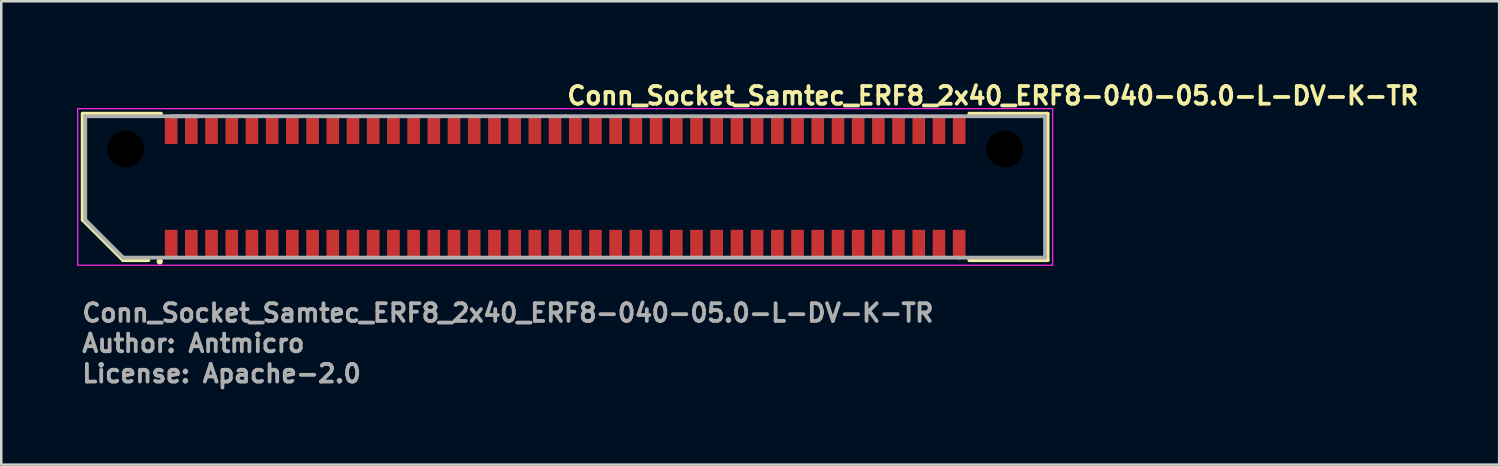
<source format=kicad_pcb>
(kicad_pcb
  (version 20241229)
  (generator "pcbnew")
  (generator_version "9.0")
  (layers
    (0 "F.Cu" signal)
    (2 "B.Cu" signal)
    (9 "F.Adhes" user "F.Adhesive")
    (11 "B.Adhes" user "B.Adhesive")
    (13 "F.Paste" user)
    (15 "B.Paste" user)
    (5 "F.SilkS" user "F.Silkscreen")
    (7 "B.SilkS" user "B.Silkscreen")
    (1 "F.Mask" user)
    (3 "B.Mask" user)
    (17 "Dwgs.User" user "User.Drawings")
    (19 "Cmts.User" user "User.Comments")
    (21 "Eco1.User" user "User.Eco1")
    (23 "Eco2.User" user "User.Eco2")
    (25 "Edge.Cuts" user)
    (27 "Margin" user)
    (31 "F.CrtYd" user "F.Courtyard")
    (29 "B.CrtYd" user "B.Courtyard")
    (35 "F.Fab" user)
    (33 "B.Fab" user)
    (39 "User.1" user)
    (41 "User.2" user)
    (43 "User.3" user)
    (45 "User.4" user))
  (footprint "Conn_Socket_Samtec_ERF8_2x40_ERF8-040-05.0-L-DV-K-TR"
    (layer "F.Cu")
    (at 19.325 4.35)
    (property "Reference" "Conn_Socket_Samtec_ERF8_2x40_ERF8-040-05.0-L-DV-K-TR" (at 0 -3.2 180) (layer "F.SilkS") (effects (font (size 0.7 0.7) (thickness 0.15)) (justify left bottom)))
    (attr smd)
    (fp_line (start -19.101 -2.899) (end -19.101 1.301) (stroke (width 0.15) (type solid)) (layer "F.SilkS"))
    (fp_line (start -19.101 1.301) (end -17.499 2.9) (stroke (width 0.15) (type solid)) (layer "F.SilkS"))
    (fp_line (start -17.499 2.9) (end -16.5 2.9) (stroke (width 0.15) (type solid)) (layer "F.SilkS"))
    (fp_line (start -16 -2.9) (end -19.101 -2.899) (stroke (width 0.15) (type solid)) (layer "F.SilkS"))
    (fp_line (start 16 -2.9) (end 19.1 -2.899) (stroke (width 0.15) (type solid)) (layer "F.SilkS"))
    (fp_line (start 19.1 -2.899) (end 19.1 2.9) (stroke (width 0.15) (type solid)) (layer "F.SilkS"))
    (fp_line (start 19.1 2.9) (end 16 2.9) (stroke (width 0.15) (type solid)) (layer "F.SilkS"))
    (fp_circle (center -16.05 2.95) (end -16.1 2.95) (stroke (width 0.15) (type solid)) (fill yes) (layer "F.SilkS"))
    (fp_rect (start 19.3 3.1) (end -19.3 -3.1) (stroke (width 0.05) (type solid)) (fill no) (layer "F.CrtYd"))
    (fp_line (start -18.999 -2.799) (end -18.999 1.301) (stroke (width 0.15) (type solid)) (layer "F.Fab"))
    (fp_line (start -18.999 1.301) (end -17.499 2.799) (stroke (width 0.15) (type solid)) (layer "F.Fab"))
    (fp_line (start -17.499 2.799) (end 0 2.799) (stroke (width 0.15) (type solid)) (layer "F.Fab"))
    (fp_line (start -14.599 -2.799) (end -18.999 -2.799) (stroke (width 0.15) (type solid)) (layer "F.Fab"))
    (fp_line (start 0 -2.799) (end -15.599 -2.799) (stroke (width 0.15) (type solid)) (layer "F.Fab"))
    (fp_line (start 0 2.799) (end 15.599 2.799) (stroke (width 0.15) (type solid)) (layer "F.Fab"))
    (fp_line (start 15.599 2.799) (end 18.999 2.799) (stroke (width 0.15) (type solid)) (layer "F.Fab"))
    (fp_line (start 18.999 -2.799) (end 0 -2.799) (stroke (width 0.15) (type solid)) (layer "F.Fab"))
    (fp_line (start 18.999 2.799) (end 18.999 -2.799) (stroke (width 0.15) (type solid)) (layer "F.Fab"))
    (fp_rect (start -19 -2.8) (end 19 2.8) (stroke (width 0.15) (type solid)) (fill no) (layer "User.5"))
    (fp_line (start -19 -2.8) (end -19 -2.701) (stroke (width 0.01) (type solid)) (layer "User.9"))
    (fp_line (start -19 -2.701) (end -19 1.249) (stroke (width 0.01) (type solid)) (layer "User.9"))
    (fp_line (start -19 1.249) (end -17.55 2.7) (stroke (width 0.01) (type solid)) (layer "User.9"))
    (fp_line (start -18.449 -1.969) (end -18.16 -1.68) (stroke (width 0.01) (type solid)) (layer "User.9"))
    (fp_line (start -18.449 -1.969) (end -15.83 -1.969) (stroke (width 0.01) (type solid)) (layer "User.9"))
    (fp_line (start -18.449 0.799) (end -18.449 -1.969) (stroke (width 0.01) (type solid)) (layer "User.9"))
    (fp_line (start -18.449 0.799) (end -18.16 0.68) (stroke (width 0.01) (type solid)) (layer "User.9"))
    (fp_line (start -18.16 -1.68) (end -18.16 0.68) (stroke (width 0.01) (type solid)) (layer "User.9"))
    (fp_line (start -18.16 0.68) (end -17.16 1.68) (stroke (width 0.01) (type solid)) (layer "User.9"))
    (fp_line (start -17.55 2.7) (end -17.451 2.799) (stroke (width 0.01) (type solid)) (layer "User.9"))
    (fp_line (start -17.55 2.7) (end -17 2.7) (stroke (width 0.01) (type solid)) (layer "User.9"))
    (fp_line (start -17.451 2.799) (end 18.999 2.799) (stroke (width 0.01) (type solid)) (layer "User.9"))
    (fp_line (start -17.28 1.968) (end -18.449 0.799) (stroke (width 0.01) (type solid)) (layer "User.9"))
    (fp_line (start -17.28 1.968) (end -17.16 1.68) (stroke (width 0.01) (type solid)) (layer "User.9"))
    (fp_line (start -17.16 1.68) (end -15.83 1.68) (stroke (width 0.01) (type solid)) (layer "User.9"))
    (fp_line (start -17 2.6) (end -17 2.7) (stroke (width 0.01) (type solid)) (layer "User.9"))
    (fp_line (start -17 2.7) (end -16.4 2.7) (stroke (width 0.01) (type solid)) (layer "User.9"))
    (fp_line (start -16.4 2.6) (end -16.4 2.7) (stroke (width 0.01) (type solid)) (layer "User.9"))
    (fp_line (start -16.4 2.7) (end -15.801 2.7) (stroke (width 0.01) (type solid)) (layer "User.9"))
    (fp_line (start -16.06 -1.68) (end -16.06 -1) (stroke (width 0.01) (type solid)) (layer "User.9"))
    (fp_line (start -16.06 0.999) (end -16.06 -1) (stroke (width 0.01) (type solid)) (layer "User.9"))
    (fp_line (start -16.06 0.999) (end -16.06 1.68) (stroke (width 0.01) (type solid)) (layer "User.9"))
    (fp_line (start -15.841 0.999) (end -15.841 -1) (stroke (width 0.01) (type solid)) (layer "User.9"))
    (fp_line (start -15.83 -2.43) (end -15.83 -1.969) (stroke (width 0.01) (type solid)) (layer "User.9"))
    (fp_line (start -15.83 -1.969) (end -15.83 -1.68) (stroke (width 0.01) (type solid)) (layer "User.9"))
    (fp_line (start -15.83 -1.68) (end -18.16 -1.68) (stroke (width 0.01) (type solid)) (layer "User.9"))
    (fp_line (start -15.83 1.68) (end -15.83 1.968) (stroke (width 0.01) (type solid)) (layer "User.9"))
    (fp_line (start -15.83 1.968) (end -17.28 1.968) (stroke (width 0.01) (type solid)) (layer "User.9"))
    (fp_line (start -15.83 1.968) (end -15.83 2.429) (stroke (width 0.01) (type solid)) (layer "User.9"))
    (fp_line (start -15.83 2.429) (end -15.37 2.429) (stroke (width 0.01) (type solid)) (layer "User.9"))
    (fp_line (start -15.801 2.6) (end -17 2.6) (stroke (width 0.01) (type solid)) (layer "User.9"))
    (fp_line (start -15.801 2.6) (end -15.801 2.7) (stroke (width 0.01) (type solid)) (layer "User.9"))
    (fp_line (start -15.801 2.7) (end 18.999 2.7) (stroke (width 0.01) (type solid)) (layer "User.9"))
    (fp_line (start -15.461 -1) (end -16.06 -1) (stroke (width 0.01) (type solid)) (layer "User.9"))
    (fp_line (start -15.461 0.999) (end -16.06 0.999) (stroke (width 0.01) (type solid)) (layer "User.9"))
    (fp_line (start -15.461 0.999) (end -15.461 -1) (stroke (width 0.01) (type solid)) (layer "User.9"))
    (fp_line (start -15.37 -2.43) (end -15.83 -2.43) (stroke (width 0.01) (type solid)) (layer "User.9"))
    (fp_line (start -15.37 -1.969) (end -15.37 -2.43) (stroke (width 0.01) (type solid)) (layer "User.9"))
    (fp_line (start -15.37 -1.969) (end -15.03 -1.969) (stroke (width 0.01) (type solid)) (layer "User.9"))
    (fp_line (start -15.37 -1.68) (end -15.37 -1.969) (stroke (width 0.01) (type solid)) (layer "User.9"))
    (fp_line (start -15.37 1.68) (end -15.03 1.68) (stroke (width 0.01) (type solid)) (layer "User.9"))
    (fp_line (start -15.37 1.968) (end -15.37 1.68) (stroke (width 0.01) (type solid)) (layer "User.9"))
    (fp_line (start -15.37 2.429) (end -15.37 1.968) (stroke (width 0.01) (type solid)) (layer "User.9"))
    (fp_line (start -15.03 -2.43) (end -15.03 -1.969) (stroke (width 0.01) (type solid)) (layer "User.9"))
    (fp_line (start -15.03 -1.969) (end -15.03 -1.68) (stroke (width 0.01) (type solid)) (layer "User.9"))
    (fp_line (start -15.03 -1.68) (end -15.37 -1.68) (stroke (width 0.01) (type solid)) (layer "User.9"))
    (fp_line (start -15.03 1.68) (end -15.03 1.969) (stroke (width 0.01) (type solid)) (layer "User.9"))
    (fp_line (start -15.03 1.969) (end -15.37 1.969) (stroke (width 0.01) (type solid)) (layer "User.9"))
    (fp_line (start -15.03 1.969) (end -15.03 2.43) (stroke (width 0.01) (type solid)) (layer "User.9"))
    (fp_line (start -15.03 2.43) (end -14.57 2.43) (stroke (width 0.01) (type solid)) (layer "User.9"))
    (fp_line (start -14.57 -2.43) (end -15.03 -2.43) (stroke (width 0.01) (type solid)) (layer "User.9"))
    (fp_line (start -14.57 -1.969) (end -14.57 -2.43) (stroke (width 0.01) (type solid)) (layer "User.9"))
    (fp_line (start -14.57 -1.969) (end -14.231 -1.969) (stroke (width 0.01) (type solid)) (layer "User.9"))
    (fp_line (start -14.57 -1.68) (end -14.57 -1.969) (stroke (width 0.01) (type solid)) (layer "User.9"))
    (fp_line (start -14.57 1.68) (end -14.231 1.68) (stroke (width 0.01) (type solid)) (layer "User.9"))
    (fp_line (start -14.57 1.969) (end -14.57 1.68) (stroke (width 0.01) (type solid)) (layer "User.9"))
    (fp_line (start -14.57 2.43) (end -14.57 1.969) (stroke (width 0.01) (type solid)) (layer "User.9"))
    (fp_line (start -14.231 -2.43) (end -14.231 -1.969) (stroke (width 0.01) (type solid)) (layer "User.9"))
    (fp_line (start -14.231 -1.969) (end -14.231 -1.68) (stroke (width 0.01) (type solid)) (layer "User.9"))
    (fp_line (start -14.231 -1.68) (end -14.57 -1.68) (stroke (width 0.01) (type solid)) (layer "User.9"))
    (fp_line (start -14.231 1.68) (end -14.231 1.969) (stroke (width 0.01) (type solid)) (layer "User.9"))
    (fp_line (start -14.231 1.969) (end -14.57 1.969) (stroke (width 0.01) (type solid)) (layer "User.9"))
    (fp_line (start -14.231 1.969) (end -14.231 2.43) (stroke (width 0.01) (type solid)) (layer "User.9"))
    (fp_line (start -14.231 2.43) (end -13.77 2.43) (stroke (width 0.01) (type solid)) (layer "User.9"))
    (fp_line (start -13.77 -2.43) (end -14.231 -2.43) (stroke (width 0.01) (type solid)) (layer "User.9"))
    (fp_line (start -13.77 -1.969) (end -13.77 -2.43) (stroke (width 0.01) (type solid)) (layer "User.9"))
    (fp_line (start -13.77 -1.969) (end -13.43 -1.969) (stroke (width 0.01) (type solid)) (layer "User.9"))
    (fp_line (start -13.77 -1.68) (end -13.77 -1.969) (stroke (width 0.01) (type solid)) (layer "User.9"))
    (fp_line (start -13.77 1.68) (end -13.43 1.68) (stroke (width 0.01) (type solid)) (layer "User.9"))
    (fp_line (start -13.77 1.969) (end -13.77 1.68) (stroke (width 0.01) (type solid)) (layer "User.9"))
    (fp_line (start -13.77 2.43) (end -13.77 1.969) (stroke (width 0.01) (type solid)) (layer "User.9"))
    (fp_line (start -13.43 -2.43) (end -13.43 -1.969) (stroke (width 0.01) (type solid)) (layer "User.9"))
    (fp_line (start -13.43 -1.969) (end -13.43 -1.68) (stroke (width 0.01) (type solid)) (layer "User.9"))
    (fp_line (start -13.43 -1.68) (end -13.77 -1.68) (stroke (width 0.01) (type solid)) (layer "User.9"))
    (fp_line (start -13.43 1.68) (end -13.43 1.969) (stroke (width 0.01) (type solid)) (layer "User.9"))
    (fp_line (start -13.43 1.969) (end -13.77 1.969) (stroke (width 0.01) (type solid)) (layer "User.9"))
    (fp_line (start -13.43 1.969) (end -13.43 2.43) (stroke (width 0.01) (type solid)) (layer "User.9"))
    (fp_line (start -13.43 2.43) (end -12.971 2.43) (stroke (width 0.01) (type solid)) (layer "User.9"))
    (fp_line (start -12.971 -2.43) (end -13.43 -2.43) (stroke (width 0.01) (type solid)) (layer "User.9"))
    (fp_line (start -12.971 -1.969) (end -12.971 -2.43) (stroke (width 0.01) (type solid)) (layer "User.9"))
    (fp_line (start -12.971 -1.969) (end -12.631 -1.969) (stroke (width 0.01) (type solid)) (layer "User.9"))
    (fp_line (start -12.971 -1.68) (end -12.971 -1.969) (stroke (width 0.01) (type solid)) (layer "User.9"))
    (fp_line (start -12.971 1.68) (end -12.631 1.68) (stroke (width 0.01) (type solid)) (layer "User.9"))
    (fp_line (start -12.971 1.969) (end -12.971 1.68) (stroke (width 0.01) (type solid)) (layer "User.9"))
    (fp_line (start -12.971 2.43) (end -12.971 1.969) (stroke (width 0.01) (type solid)) (layer "User.9"))
    (fp_line (start -12.631 -2.43) (end -12.631 -1.969) (stroke (width 0.01) (type solid)) (layer "User.9"))
    (fp_line (start -12.631 -1.969) (end -12.631 -1.68) (stroke (width 0.01) (type solid)) (layer "User.9"))
    (fp_line (start -12.631 -1.68) (end -12.971 -1.68) (stroke (width 0.01) (type solid)) (layer "User.9"))
    (fp_line (start -12.631 1.68) (end -12.631 1.969) (stroke (width 0.01) (type solid)) (layer "User.9"))
    (fp_line (start -12.631 1.969) (end -12.971 1.969) (stroke (width 0.01) (type solid)) (layer "User.9"))
    (fp_line (start -12.631 1.969) (end -12.631 2.43) (stroke (width 0.01) (type solid)) (layer "User.9"))
    (fp_line (start -12.631 2.43) (end -12.17 2.43) (stroke (width 0.01) (type solid)) (layer "User.9"))
    (fp_line (start -12.17 -2.43) (end -12.631 -2.43) (stroke (width 0.01) (type solid)) (layer "User.9"))
    (fp_line (start -12.17 -1.969) (end -12.17 -2.43) (stroke (width 0.01) (type solid)) (layer "User.9"))
    (fp_line (start -12.17 -1.969) (end -11.83 -1.969) (stroke (width 0.01) (type solid)) (layer "User.9"))
    (fp_line (start -12.17 -1.68) (end -12.17 -1.969) (stroke (width 0.01) (type solid)) (layer "User.9"))
    (fp_line (start -12.17 1.68) (end -11.83 1.68) (stroke (width 0.01) (type solid)) (layer "User.9"))
    (fp_line (start -12.17 1.969) (end -12.17 1.68) (stroke (width 0.01) (type solid)) (layer "User.9"))
    (fp_line (start -12.17 2.43) (end -12.17 1.969) (stroke (width 0.01) (type solid)) (layer "User.9"))
    (fp_line (start -11.83 -2.43) (end -11.83 -1.969) (stroke (width 0.01) (type solid)) (layer "User.9"))
    (fp_line (start -11.83 -1.969) (end -11.83 -1.68) (stroke (width 0.01) (type solid)) (layer "User.9"))
    (fp_line (start -11.83 -1.68) (end -12.17 -1.68) (stroke (width 0.01) (type solid)) (layer "User.9"))
    (fp_line (start -11.83 1.68) (end -11.83 1.969) (stroke (width 0.01) (type solid)) (layer "User.9"))
    (fp_line (start -11.83 1.969) (end -12.17 1.969) (stroke (width 0.01) (type solid)) (layer "User.9"))
    (fp_line (start -11.83 1.969) (end -11.83 2.43) (stroke (width 0.01) (type solid)) (layer "User.9"))
    (fp_line (start -11.83 2.43) (end -11.37 2.43) (stroke (width 0.01) (type solid)) (layer "User.9"))
    (fp_line (start -11.37 -2.43) (end -11.83 -2.43) (stroke (width 0.01) (type solid)) (layer "User.9"))
    (fp_line (start -11.37 -1.969) (end -11.37 -2.43) (stroke (width 0.01) (type solid)) (layer "User.9"))
    (fp_line (start -11.37 -1.969) (end -11.03 -1.969) (stroke (width 0.01) (type solid)) (layer "User.9"))
    (fp_line (start -11.37 -1.68) (end -11.37 -1.969) (stroke (width 0.01) (type solid)) (layer "User.9"))
    (fp_line (start -11.37 1.68) (end -11.03 1.68) (stroke (width 0.01) (type solid)) (layer "User.9"))
    (fp_line (start -11.37 1.969) (end -11.37 1.68) (stroke (width 0.01) (type solid)) (layer "User.9"))
    (fp_line (start -11.37 2.43) (end -11.37 1.969) (stroke (width 0.01) (type solid)) (layer "User.9"))
    (fp_line (start -11.03 -2.43) (end -11.03 -1.969) (stroke (width 0.01) (type solid)) (layer "User.9"))
    (fp_line (start -11.03 -1.969) (end -11.03 -1.68) (stroke (width 0.01) (type solid)) (layer "User.9"))
    (fp_line (start -11.03 -1.68) (end -11.37 -1.68) (stroke (width 0.01) (type solid)) (layer "User.9"))
    (fp_line (start -11.03 1.68) (end -11.03 1.969) (stroke (width 0.01) (type solid)) (layer "User.9"))
    (fp_line (start -11.03 1.969) (end -11.37 1.969) (stroke (width 0.01) (type solid)) (layer "User.9"))
    (fp_line (start -11.03 1.969) (end -11.03 2.43) (stroke (width 0.01) (type solid)) (layer "User.9"))
    (fp_line (start -11.03 2.43) (end -10.571 2.43) (stroke (width 0.01) (type solid)) (layer "User.9"))
    (fp_line (start -10.571 -2.43) (end -11.03 -2.43) (stroke (width 0.01) (type solid)) (layer "User.9"))
    (fp_line (start -10.571 -1.969) (end -10.571 -2.43) (stroke (width 0.01) (type solid)) (layer "User.9"))
    (fp_line (start -10.571 -1.969) (end -10.231 -1.969) (stroke (width 0.01) (type solid)) (layer "User.9"))
    (fp_line (start -10.571 -1.68) (end -10.571 -1.969) (stroke (width 0.01) (type solid)) (layer "User.9"))
    (fp_line (start -10.571 1.68) (end -10.231 1.68) (stroke (width 0.01) (type solid)) (layer "User.9"))
    (fp_line (start -10.571 1.969) (end -10.571 1.68) (stroke (width 0.01) (type solid)) (layer "User.9"))
    (fp_line (start -10.571 2.43) (end -10.571 1.969) (stroke (width 0.01) (type solid)) (layer "User.9"))
    (fp_line (start -10.231 -2.43) (end -10.231 -1.969) (stroke (width 0.01) (type solid)) (layer "User.9"))
    (fp_line (start -10.231 -1.969) (end -10.231 -1.68) (stroke (width 0.01) (type solid)) (layer "User.9"))
    (fp_line (start -10.231 -1.68) (end -10.571 -1.68) (stroke (width 0.01) (type solid)) (layer "User.9"))
    (fp_line (start -10.231 1.68) (end -10.231 1.969) (stroke (width 0.01) (type solid)) (layer "User.9"))
    (fp_line (start -10.231 1.969) (end -10.571 1.969) (stroke (width 0.01) (type solid)) (layer "User.9"))
    (fp_line (start -10.231 1.969) (end -10.231 2.43) (stroke (width 0.01) (type solid)) (layer "User.9"))
    (fp_line (start -10.231 2.43) (end -9.77 2.43) (stroke (width 0.01) (type solid)) (layer "User.9"))
    (fp_line (start -9.77 -2.43) (end -10.231 -2.43) (stroke (width 0.01) (type solid)) (layer "User.9"))
    (fp_line (start -9.77 -1.969) (end -9.77 -2.43) (stroke (width 0.01) (type solid)) (layer "User.9"))
    (fp_line (start -9.77 -1.969) (end -9.43 -1.969) (stroke (width 0.01) (type solid)) (layer "User.9"))
    (fp_line (start -9.77 -1.68) (end -9.77 -1.969) (stroke (width 0.01) (type solid)) (layer "User.9"))
    (fp_line (start -9.77 1.68) (end -9.43 1.68) (stroke (width 0.01) (type solid)) (layer "User.9"))
    (fp_line (start -9.77 1.969) (end -9.77 1.68) (stroke (width 0.01) (type solid)) (layer "User.9"))
    (fp_line (start -9.77 2.43) (end -9.77 1.969) (stroke (width 0.01) (type solid)) (layer "User.9"))
    (fp_line (start -9.43 -2.43) (end -9.43 -1.969) (stroke (width 0.01) (type solid)) (layer "User.9"))
    (fp_line (start -9.43 -1.969) (end -9.43 -1.68) (stroke (width 0.01) (type solid)) (layer "User.9"))
    (fp_line (start -9.43 -1.68) (end -9.77 -1.68) (stroke (width 0.01) (type solid)) (layer "User.9"))
    (fp_line (start -9.43 1.68) (end -9.43 1.969) (stroke (width 0.01) (type solid)) (layer "User.9"))
    (fp_line (start -9.43 1.969) (end -9.77 1.969) (stroke (width 0.01) (type solid)) (layer "User.9"))
    (fp_line (start -9.43 1.969) (end -9.43 2.43) (stroke (width 0.01) (type solid)) (layer "User.9"))
    (fp_line (start -9.43 2.43) (end -8.971 2.43) (stroke (width 0.01) (type solid)) (layer "User.9"))
    (fp_line (start -8.971 -2.43) (end -9.43 -2.43) (stroke (width 0.01) (type solid)) (layer "User.9"))
    (fp_line (start -8.971 -1.969) (end -8.971 -2.43) (stroke (width 0.01) (type solid)) (layer "User.9"))
    (fp_line (start -8.971 -1.969) (end -8.631 -1.969) (stroke (width 0.01) (type solid)) (layer "User.9"))
    (fp_line (start -8.971 -1.68) (end -8.971 -1.969) (stroke (width 0.01) (type solid)) (layer "User.9"))
    (fp_line (start -8.971 1.68) (end -8.631 1.68) (stroke (width 0.01) (type solid)) (layer "User.9"))
    (fp_line (start -8.971 1.969) (end -8.971 1.68) (stroke (width 0.01) (type solid)) (layer "User.9"))
    (fp_line (start -8.971 2.43) (end -8.971 1.969) (stroke (width 0.01) (type solid)) (layer "User.9"))
    (fp_line (start -8.631 -2.43) (end -8.631 -1.969) (stroke (width 0.01) (type solid)) (layer "User.9"))
    (fp_line (start -8.631 -1.969) (end -8.631 -1.68) (stroke (width 0.01) (type solid)) (layer "User.9"))
    (fp_line (start -8.631 -1.68) (end -8.971 -1.68) (stroke (width 0.01) (type solid)) (layer "User.9"))
    (fp_line (start -8.631 1.68) (end -8.631 1.969) (stroke (width 0.01) (type solid)) (layer "User.9"))
    (fp_line (start -8.631 1.969) (end -8.971 1.969) (stroke (width 0.01) (type solid)) (layer "User.9"))
    (fp_line (start -8.631 1.969) (end -8.631 2.43) (stroke (width 0.01) (type solid)) (layer "User.9"))
    (fp_line (start -8.631 2.43) (end -8.17 2.43) (stroke (width 0.01) (type solid)) (layer "User.9"))
    (fp_line (start -8.17 -2.43) (end -8.631 -2.43) (stroke (width 0.01) (type solid)) (layer "User.9"))
    (fp_line (start -8.17 -1.969) (end -8.17 -2.43) (stroke (width 0.01) (type solid)) (layer "User.9"))
    (fp_line (start -8.17 -1.969) (end -7.83 -1.969) (stroke (width 0.01) (type solid)) (layer "User.9"))
    (fp_line (start -8.17 -1.68) (end -8.17 -1.969) (stroke (width 0.01) (type solid)) (layer "User.9"))
    (fp_line (start -8.17 1.68) (end -7.83 1.68) (stroke (width 0.01) (type solid)) (layer "User.9"))
    (fp_line (start -8.17 1.969) (end -8.17 1.68) (stroke (width 0.01) (type solid)) (layer "User.9"))
    (fp_line (start -8.17 2.43) (end -8.17 1.969) (stroke (width 0.01) (type solid)) (layer "User.9"))
    (fp_line (start -7.83 -2.43) (end -7.83 -1.969) (stroke (width 0.01) (type solid)) (layer "User.9"))
    (fp_line (start -7.83 -1.969) (end -7.83 -1.68) (stroke (width 0.01) (type solid)) (layer "User.9"))
    (fp_line (start -7.83 -1.68) (end -8.17 -1.68) (stroke (width 0.01) (type solid)) (layer "User.9"))
    (fp_line (start -7.83 1.68) (end -7.83 1.969) (stroke (width 0.01) (type solid)) (layer "User.9"))
    (fp_line (start -7.83 1.969) (end -8.17 1.969) (stroke (width 0.01) (type solid)) (layer "User.9"))
    (fp_line (start -7.83 1.969) (end -7.83 2.43) (stroke (width 0.01) (type solid)) (layer "User.9"))
    (fp_line (start -7.83 2.43) (end -7.37 2.43) (stroke (width 0.01) (type solid)) (layer "User.9"))
    (fp_line (start -7.37 -2.43) (end -7.83 -2.43) (stroke (width 0.01) (type solid)) (layer "User.9"))
    (fp_line (start -7.37 -1.969) (end -7.37 -2.43) (stroke (width 0.01) (type solid)) (layer "User.9"))
    (fp_line (start -7.37 -1.969) (end -7.031 -1.969) (stroke (width 0.01) (type solid)) (layer "User.9"))
    (fp_line (start -7.37 -1.68) (end -7.37 -1.969) (stroke (width 0.01) (type solid)) (layer "User.9"))
    (fp_line (start -7.37 1.68) (end -7.031 1.68) (stroke (width 0.01) (type solid)) (layer "User.9"))
    (fp_line (start -7.37 1.969) (end -7.37 1.68) (stroke (width 0.01) (type solid)) (layer "User.9"))
    (fp_line (start -7.37 2.43) (end -7.37 1.969) (stroke (width 0.01) (type solid)) (layer "User.9"))
    (fp_line (start -7.031 -2.43) (end -7.031 -1.969) (stroke (width 0.01) (type solid)) (layer "User.9"))
    (fp_line (start -7.031 -1.969) (end -7.031 -1.68) (stroke (width 0.01) (type solid)) (layer "User.9"))
    (fp_line (start -7.031 -1.68) (end -7.37 -1.68) (stroke (width 0.01) (type solid)) (layer "User.9"))
    (fp_line (start -7.031 1.68) (end -7.031 1.969) (stroke (width 0.01) (type solid)) (layer "User.9"))
    (fp_line (start -7.031 1.969) (end -7.37 1.969) (stroke (width 0.01) (type solid)) (layer "User.9"))
    (fp_line (start -7.031 1.969) (end -7.031 2.43) (stroke (width 0.01) (type solid)) (layer "User.9"))
    (fp_line (start -7.031 2.43) (end -6.571 2.43) (stroke (width 0.01) (type solid)) (layer "User.9"))
    (fp_line (start -6.571 -2.43) (end -7.031 -2.43) (stroke (width 0.01) (type solid)) (layer "User.9"))
    (fp_line (start -6.571 -1.969) (end -6.571 -2.43) (stroke (width 0.01) (type solid)) (layer "User.9"))
    (fp_line (start -6.571 -1.969) (end -6.231 -1.969) (stroke (width 0.01) (type solid)) (layer "User.9"))
    (fp_line (start -6.571 -1.68) (end -6.571 -1.969) (stroke (width 0.01) (type solid)) (layer "User.9"))
    (fp_line (start -6.571 1.68) (end -6.231 1.68) (stroke (width 0.01) (type solid)) (layer "User.9"))
    (fp_line (start -6.571 1.969) (end -6.571 1.68) (stroke (width 0.01) (type solid)) (layer "User.9"))
    (fp_line (start -6.571 2.43) (end -6.571 1.969) (stroke (width 0.01) (type solid)) (layer "User.9"))
    (fp_line (start -6.231 -2.43) (end -6.231 -1.969) (stroke (width 0.01) (type solid)) (layer "User.9"))
    (fp_line (start -6.231 -1.969) (end -6.231 -1.68) (stroke (width 0.01) (type solid)) (layer "User.9"))
    (fp_line (start -6.231 -1.68) (end -6.571 -1.68) (stroke (width 0.01) (type solid)) (layer "User.9"))
    (fp_line (start -6.231 1.68) (end -6.231 1.969) (stroke (width 0.01) (type solid)) (layer "User.9"))
    (fp_line (start -6.231 1.969) (end -6.571 1.969) (stroke (width 0.01) (type solid)) (layer "User.9"))
    (fp_line (start -6.231 1.969) (end -6.231 2.43) (stroke (width 0.01) (type solid)) (layer "User.9"))
    (fp_line (start -6.231 2.43) (end -5.77 2.43) (stroke (width 0.01) (type solid)) (layer "User.9"))
    (fp_line (start -5.77 -2.43) (end -6.231 -2.43) (stroke (width 0.01) (type solid)) (layer "User.9"))
    (fp_line (start -5.77 -1.969) (end -5.77 -2.43) (stroke (width 0.01) (type solid)) (layer "User.9"))
    (fp_line (start -5.77 -1.969) (end -5.43 -1.969) (stroke (width 0.01) (type solid)) (layer "User.9"))
    (fp_line (start -5.77 -1.68) (end -5.77 -1.969) (stroke (width 0.01) (type solid)) (layer "User.9"))
    (fp_line (start -5.77 1.68) (end -5.43 1.68) (stroke (width 0.01) (type solid)) (layer "User.9"))
    (fp_line (start -5.77 1.969) (end -5.77 1.68) (stroke (width 0.01) (type solid)) (layer "User.9"))
    (fp_line (start -5.77 2.43) (end -5.77 1.969) (stroke (width 0.01) (type solid)) (layer "User.9"))
    (fp_line (start -5.43 -2.43) (end -5.43 -1.969) (stroke (width 0.01) (type solid)) (layer "User.9"))
    (fp_line (start -5.43 -1.969) (end -5.43 -1.68) (stroke (width 0.01) (type solid)) (layer "User.9"))
    (fp_line (start -5.43 -1.68) (end -5.77 -1.68) (stroke (width 0.01) (type solid)) (layer "User.9"))
    (fp_line (start -5.43 1.68) (end -5.43 1.969) (stroke (width 0.01) (type solid)) (layer "User.9"))
    (fp_line (start -5.43 1.969) (end -5.77 1.969) (stroke (width 0.01) (type solid)) (layer "User.9"))
    (fp_line (start -5.43 1.969) (end -5.43 2.43) (stroke (width 0.01) (type solid)) (layer "User.9"))
    (fp_line (start -5.43 2.43) (end -4.97 2.43) (stroke (width 0.01) (type solid)) (layer "User.9"))
    (fp_line (start -4.97 -2.43) (end -5.43 -2.43) (stroke (width 0.01) (type solid)) (layer "User.9"))
    (fp_line (start -4.97 -1.969) (end -4.97 -2.43) (stroke (width 0.01) (type solid)) (layer "User.9"))
    (fp_line (start -4.97 -1.969) (end -4.63 -1.969) (stroke (width 0.01) (type solid)) (layer "User.9"))
    (fp_line (start -4.97 -1.68) (end -4.97 -1.969) (stroke (width 0.01) (type solid)) (layer "User.9"))
    (fp_line (start -4.97 1.68) (end -4.63 1.68) (stroke (width 0.01) (type solid)) (layer "User.9"))
    (fp_line (start -4.97 1.969) (end -4.97 1.68) (stroke (width 0.01) (type solid)) (layer "User.9"))
    (fp_line (start -4.97 2.43) (end -4.97 1.969) (stroke (width 0.01) (type solid)) (layer "User.9"))
    (fp_line (start -4.63 -2.43) (end -4.63 -1.969) (stroke (width 0.01) (type solid)) (layer "User.9"))
    (fp_line (start -4.63 -1.969) (end -4.63 -1.68) (stroke (width 0.01) (type solid)) (layer "User.9"))
    (fp_line (start -4.63 -1.68) (end -4.97 -1.68) (stroke (width 0.01) (type solid)) (layer "User.9"))
    (fp_line (start -4.63 1.68) (end -4.63 1.969) (stroke (width 0.01) (type solid)) (layer "User.9"))
    (fp_line (start -4.63 1.969) (end -4.97 1.969) (stroke (width 0.01) (type solid)) (layer "User.9"))
    (fp_line (start -4.63 1.969) (end -4.63 2.43) (stroke (width 0.01) (type solid)) (layer "User.9"))
    (fp_line (start -4.63 2.43) (end -4.17 2.43) (stroke (width 0.01) (type solid)) (layer "User.9"))
    (fp_line (start -4.17 -2.43) (end -4.63 -2.43) (stroke (width 0.01) (type solid)) (layer "User.9"))
    (fp_line (start -4.17 -1.969) (end -4.17 -2.43) (stroke (width 0.01) (type solid)) (layer "User.9"))
    (fp_line (start -4.17 -1.969) (end -3.83 -1.969) (stroke (width 0.01) (type solid)) (layer "User.9"))
    (fp_line (start -4.17 -1.68) (end -4.17 -1.969) (stroke (width 0.01) (type solid)) (layer "User.9"))
    (fp_line (start -4.17 1.68) (end -3.83 1.68) (stroke (width 0.01) (type solid)) (layer "User.9"))
    (fp_line (start -4.17 1.969) (end -4.17 1.68) (stroke (width 0.01) (type solid)) (layer "User.9"))
    (fp_line (start -4.17 2.43) (end -4.17 1.969) (stroke (width 0.01) (type solid)) (layer "User.9"))
    (fp_line (start -3.83 -2.43) (end -3.83 -1.969) (stroke (width 0.01) (type solid)) (layer "User.9"))
    (fp_line (start -3.83 -1.969) (end -3.83 -1.68) (stroke (width 0.01) (type solid)) (layer "User.9"))
    (fp_line (start -3.83 -1.68) (end -4.17 -1.68) (stroke (width 0.01) (type solid)) (layer "User.9"))
    (fp_line (start -3.83 1.68) (end -3.83 1.969) (stroke (width 0.01) (type solid)) (layer "User.9"))
    (fp_line (start -3.83 1.969) (end -4.17 1.969) (stroke (width 0.01) (type solid)) (layer "User.9"))
    (fp_line (start -3.83 1.969) (end -3.83 2.43) (stroke (width 0.01) (type solid)) (layer "User.9"))
    (fp_line (start -3.83 2.43) (end -3.371 2.43) (stroke (width 0.01) (type solid)) (layer "User.9"))
    (fp_line (start -3.371 -2.43) (end -3.83 -2.43) (stroke (width 0.01) (type solid)) (layer "User.9"))
    (fp_line (start -3.371 -1.969) (end -3.371 -2.43) (stroke (width 0.01) (type solid)) (layer "User.9"))
    (fp_line (start -3.371 -1.969) (end -3.03 -1.969) (stroke (width 0.01) (type solid)) (layer "User.9"))
    (fp_line (start -3.371 -1.68) (end -3.371 -1.969) (stroke (width 0.01) (type solid)) (layer "User.9"))
    (fp_line (start -3.371 1.68) (end -3.03 1.68) (stroke (width 0.01) (type solid)) (layer "User.9"))
    (fp_line (start -3.371 1.969) (end -3.371 1.68) (stroke (width 0.01) (type solid)) (layer "User.9"))
    (fp_line (start -3.371 2.43) (end -3.371 1.969) (stroke (width 0.01) (type solid)) (layer "User.9"))
    (fp_line (start -3.03 -2.43) (end -3.03 -1.969) (stroke (width 0.01) (type solid)) (layer "User.9"))
    (fp_line (start -3.03 -1.969) (end -3.03 -1.68) (stroke (width 0.01) (type solid)) (layer "User.9"))
    (fp_line (start -3.03 -1.68) (end -3.371 -1.68) (stroke (width 0.01) (type solid)) (layer "User.9"))
    (fp_line (start -3.03 1.68) (end -3.03 1.969) (stroke (width 0.01) (type solid)) (layer "User.9"))
    (fp_line (start -3.03 1.969) (end -3.371 1.969) (stroke (width 0.01) (type solid)) (layer "User.9"))
    (fp_line (start -3.03 1.969) (end -3.03 2.43) (stroke (width 0.01) (type solid)) (layer "User.9"))
    (fp_line (start -3.03 2.43) (end -2.57 2.43) (stroke (width 0.01) (type solid)) (layer "User.9"))
    (fp_line (start -2.57 -2.43) (end -3.03 -2.43) (stroke (width 0.01) (type solid)) (layer "User.9"))
    (fp_line (start -2.57 -1.969) (end -2.57 -2.43) (stroke (width 0.01) (type solid)) (layer "User.9"))
    (fp_line (start -2.57 -1.969) (end -2.23 -1.969) (stroke (width 0.01) (type solid)) (layer "User.9"))
    (fp_line (start -2.57 -1.68) (end -2.57 -1.969) (stroke (width 0.01) (type solid)) (layer "User.9"))
    (fp_line (start -2.57 1.68) (end -2.23 1.68) (stroke (width 0.01) (type solid)) (layer "User.9"))
    (fp_line (start -2.57 1.969) (end -2.57 1.68) (stroke (width 0.01) (type solid)) (layer "User.9"))
    (fp_line (start -2.57 2.43) (end -2.57 1.969) (stroke (width 0.01) (type solid)) (layer "User.9"))
    (fp_line (start -2.23 -2.43) (end -2.23 -1.969) (stroke (width 0.01) (type solid)) (layer "User.9"))
    (fp_line (start -2.23 -1.969) (end -2.23 -1.68) (stroke (width 0.01) (type solid)) (layer "User.9"))
    (fp_line (start -2.23 -1.68) (end -2.57 -1.68) (stroke (width 0.01) (type solid)) (layer "User.9"))
    (fp_line (start -2.23 1.68) (end -2.23 1.969) (stroke (width 0.01) (type solid)) (layer "User.9"))
    (fp_line (start -2.23 1.969) (end -2.57 1.969) (stroke (width 0.01) (type solid)) (layer "User.9"))
    (fp_line (start -2.23 1.969) (end -2.23 2.43) (stroke (width 0.01) (type solid)) (layer "User.9"))
    (fp_line (start -2.23 2.43) (end -1.77 2.43) (stroke (width 0.01) (type solid)) (layer "User.9"))
    (fp_line (start -1.77 -2.43) (end -2.23 -2.43) (stroke (width 0.01) (type solid)) (layer "User.9"))
    (fp_line (start -1.77 -1.969) (end -1.77 -2.43) (stroke (width 0.01) (type solid)) (layer "User.9"))
    (fp_line (start -1.77 -1.969) (end -1.43 -1.969) (stroke (width 0.01) (type solid)) (layer "User.9"))
    (fp_line (start -1.77 -1.68) (end -1.77 -1.969) (stroke (width 0.01) (type solid)) (layer "User.9"))
    (fp_line (start -1.77 1.68) (end -1.43 1.68) (stroke (width 0.01) (type solid)) (layer "User.9"))
    (fp_line (start -1.77 1.969) (end -1.77 1.68) (stroke (width 0.01) (type solid)) (layer "User.9"))
    (fp_line (start -1.77 2.43) (end -1.77 1.969) (stroke (width 0.01) (type solid)) (layer "User.9"))
    (fp_line (start -1.43 -2.43) (end -1.43 -1.969) (stroke (width 0.01) (type solid)) (layer "User.9"))
    (fp_line (start -1.43 -1.969) (end -1.43 -1.68) (stroke (width 0.01) (type solid)) (layer "User.9"))
    (fp_line (start -1.43 -1.68) (end -1.77 -1.68) (stroke (width 0.01) (type solid)) (layer "User.9"))
    (fp_line (start -1.43 1.68) (end -1.43 1.969) (stroke (width 0.01) (type solid)) (layer "User.9"))
    (fp_line (start -1.43 1.969) (end -1.77 1.969) (stroke (width 0.01) (type solid)) (layer "User.9"))
    (fp_line (start -1.43 1.969) (end -1.43 2.43) (stroke (width 0.01) (type solid)) (layer "User.9"))
    (fp_line (start -1.43 2.43) (end -0.97 2.43) (stroke (width 0.01) (type solid)) (layer "User.9"))
    (fp_line (start -0.97 -2.43) (end -1.43 -2.43) (stroke (width 0.01) (type solid)) (layer "User.9"))
    (fp_line (start -0.97 -1.969) (end -0.97 -2.43) (stroke (width 0.01) (type solid)) (layer "User.9"))
    (fp_line (start -0.97 -1.969) (end -0.63 -1.969) (stroke (width 0.01) (type solid)) (layer "User.9"))
    (fp_line (start -0.97 -1.68) (end -0.97 -1.969) (stroke (width 0.01) (type solid)) (layer "User.9"))
    (fp_line (start -0.97 1.68) (end -0.63 1.68) (stroke (width 0.01) (type solid)) (layer "User.9"))
    (fp_line (start -0.97 1.969) (end -0.97 1.68) (stroke (width 0.01) (type solid)) (layer "User.9"))
    (fp_line (start -0.97 2.43) (end -0.97 1.969) (stroke (width 0.01) (type solid)) (layer "User.9"))
    (fp_line (start -0.63 -2.43) (end -0.63 -1.969) (stroke (width 0.01) (type solid)) (layer "User.9"))
    (fp_line (start -0.63 -1.969) (end -0.63 -1.68) (stroke (width 0.01) (type solid)) (layer "User.9"))
    (fp_line (start -0.63 -1.68) (end -0.97 -1.68) (stroke (width 0.01) (type solid)) (layer "User.9"))
    (fp_line (start -0.63 1.68) (end -0.63 1.969) (stroke (width 0.01) (type solid)) (layer "User.9"))
    (fp_line (start -0.63 1.969) (end -0.97 1.969) (stroke (width 0.01) (type solid)) (layer "User.9"))
    (fp_line (start -0.63 1.969) (end -0.63 2.43) (stroke (width 0.01) (type solid)) (layer "User.9"))
    (fp_line (start -0.63 2.43) (end -0.171 2.43) (stroke (width 0.01) (type solid)) (layer "User.9"))
    (fp_line (start -0.171 -2.43) (end -0.63 -2.43) (stroke (width 0.01) (type solid)) (layer "User.9"))
    (fp_line (start -0.171 -1.969) (end -0.171 -2.43) (stroke (width 0.01) (type solid)) (layer "User.9"))
    (fp_line (start -0.171 -1.969) (end 0.17 -1.969) (stroke (width 0.01) (type solid)) (layer "User.9"))
    (fp_line (start -0.171 -1.68) (end -0.171 -1.969) (stroke (width 0.01) (type solid)) (layer "User.9"))
    (fp_line (start -0.171 1.68) (end 0.17 1.68) (stroke (width 0.01) (type solid)) (layer "User.9"))
    (fp_line (start -0.171 1.969) (end -0.171 1.68) (stroke (width 0.01) (type solid)) (layer "User.9"))
    (fp_line (start -0.171 2.43) (end -0.171 1.969) (stroke (width 0.01) (type solid)) (layer "User.9"))
    (fp_line (start 0.17 -2.43) (end 0.17 -1.969) (stroke (width 0.01) (type solid)) (layer "User.9"))
    (fp_line (start 0.17 -1.969) (end 0.17 -1.68) (stroke (width 0.01) (type solid)) (layer "User.9"))
    (fp_line (start 0.17 -1.68) (end -0.171 -1.68) (stroke (width 0.01) (type solid)) (layer "User.9"))
    (fp_line (start 0.17 1.68) (end 0.17 1.969) (stroke (width 0.01) (type solid)) (layer "User.9"))
    (fp_line (start 0.17 1.969) (end -0.171 1.969) (stroke (width 0.01) (type solid)) (layer "User.9"))
    (fp_line (start 0.17 1.969) (end 0.17 2.43) (stroke (width 0.01) (type solid)) (layer "User.9"))
    (fp_line (start 0.17 2.43) (end 0.629 2.43) (stroke (width 0.01) (type solid)) (layer "User.9"))
    (fp_line (start 0.629 -2.43) (end 0.17 -2.43) (stroke (width 0.01) (type solid)) (layer "User.9"))
    (fp_line (start 0.629 -1.969) (end 0.629 -2.43) (stroke (width 0.01) (type solid)) (layer "User.9"))
    (fp_line (start 0.629 -1.969) (end 0.969 -1.969) (stroke (width 0.01) (type solid)) (layer "User.9"))
    (fp_line (start 0.629 -1.68) (end 0.629 -1.969) (stroke (width 0.01) (type solid)) (layer "User.9"))
    (fp_line (start 0.629 1.68) (end 0.969 1.68) (stroke (width 0.01) (type solid)) (layer "User.9"))
    (fp_line (start 0.629 1.969) (end 0.629 1.68) (stroke (width 0.01) (type solid)) (layer "User.9"))
    (fp_line (start 0.629 2.43) (end 0.629 1.969) (stroke (width 0.01) (type solid)) (layer "User.9"))
    (fp_line (start 0.969 -2.43) (end 0.969 -1.969) (stroke (width 0.01) (type solid)) (layer "User.9"))
    (fp_line (start 0.969 -1.969) (end 0.969 -1.68) (stroke (width 0.01) (type solid)) (layer "User.9"))
    (fp_line (start 0.969 -1.68) (end 0.629 -1.68) (stroke (width 0.01) (type solid)) (layer "User.9"))
    (fp_line (start 0.969 1.68) (end 0.969 1.969) (stroke (width 0.01) (type solid)) (layer "User.9"))
    (fp_line (start 0.969 1.969) (end 0.629 1.969) (stroke (width 0.01) (type solid)) (layer "User.9"))
    (fp_line (start 0.969 1.969) (end 0.969 2.43) (stroke (width 0.01) (type solid)) (layer "User.9"))
    (fp_line (start 0.969 2.43) (end 1.429 2.43) (stroke (width 0.01) (type solid)) (layer "User.9"))
    (fp_line (start 1.429 -2.43) (end 0.969 -2.43) (stroke (width 0.01) (type solid)) (layer "User.9"))
    (fp_line (start 1.429 -1.969) (end 1.429 -2.43) (stroke (width 0.01) (type solid)) (layer "User.9"))
    (fp_line (start 1.429 -1.969) (end 1.769 -1.969) (stroke (width 0.01) (type solid)) (layer "User.9"))
    (fp_line (start 1.429 -1.68) (end 1.429 -1.969) (stroke (width 0.01) (type solid)) (layer "User.9"))
    (fp_line (start 1.429 1.68) (end 1.769 1.68) (stroke (width 0.01) (type solid)) (layer "User.9"))
    (fp_line (start 1.429 1.969) (end 1.429 1.68) (stroke (width 0.01) (type solid)) (layer "User.9"))
    (fp_line (start 1.429 2.43) (end 1.429 1.969) (stroke (width 0.01) (type solid)) (layer "User.9"))
    (fp_line (start 1.769 -2.43) (end 1.769 -1.969) (stroke (width 0.01) (type solid)) (layer "User.9"))
    (fp_line (start 1.769 -1.969) (end 1.769 -1.68) (stroke (width 0.01) (type solid)) (layer "User.9"))
    (fp_line (start 1.769 -1.68) (end 1.429 -1.68) (stroke (width 0.01) (type solid)) (layer "User.9"))
    (fp_line (start 1.769 1.68) (end 1.769 1.969) (stroke (width 0.01) (type solid)) (layer "User.9"))
    (fp_line (start 1.769 1.969) (end 1.429 1.969) (stroke (width 0.01) (type solid)) (layer "User.9"))
    (fp_line (start 1.769 1.969) (end 1.769 2.43) (stroke (width 0.01) (type solid)) (layer "User.9"))
    (fp_line (start 1.769 2.43) (end 2.229 2.43) (stroke (width 0.01) (type solid)) (layer "User.9"))
    (fp_line (start 2.229 -2.43) (end 1.769 -2.43) (stroke (width 0.01) (type solid)) (layer "User.9"))
    (fp_line (start 2.229 -1.969) (end 2.229 -2.43) (stroke (width 0.01) (type solid)) (layer "User.9"))
    (fp_line (start 2.229 -1.969) (end 2.569 -1.969) (stroke (width 0.01) (type solid)) (layer "User.9"))
    (fp_line (start 2.229 -1.68) (end 2.229 -1.969) (stroke (width 0.01) (type solid)) (layer "User.9"))
    (fp_line (start 2.229 1.68) (end 2.569 1.68) (stroke (width 0.01) (type solid)) (layer "User.9"))
    (fp_line (start 2.229 1.969) (end 2.229 1.68) (stroke (width 0.01) (type solid)) (layer "User.9"))
    (fp_line (start 2.229 2.43) (end 2.229 1.969) (stroke (width 0.01) (type solid)) (layer "User.9"))
    (fp_line (start 2.569 -2.43) (end 2.569 -1.969) (stroke (width 0.01) (type solid)) (layer "User.9"))
    (fp_line (start 2.569 -1.969) (end 2.569 -1.68) (stroke (width 0.01) (type solid)) (layer "User.9"))
    (fp_line (start 2.569 -1.68) (end 2.229 -1.68) (stroke (width 0.01) (type solid)) (layer "User.9"))
    (fp_line (start 2.569 1.68) (end 2.569 1.969) (stroke (width 0.01) (type solid)) (layer "User.9"))
    (fp_line (start 2.569 1.969) (end 2.229 1.969) (stroke (width 0.01) (type solid)) (layer "User.9"))
    (fp_line (start 2.569 1.969) (end 2.569 2.43) (stroke (width 0.01) (type solid)) (layer "User.9"))
    (fp_line (start 2.569 2.43) (end 3.029 2.43) (stroke (width 0.01) (type solid)) (layer "User.9"))
    (fp_line (start 3.029 -2.43) (end 2.569 -2.43) (stroke (width 0.01) (type solid)) (layer "User.9"))
    (fp_line (start 3.029 -1.969) (end 3.029 -2.43) (stroke (width 0.01) (type solid)) (layer "User.9"))
    (fp_line (start 3.029 -1.969) (end 3.37 -1.969) (stroke (width 0.01) (type solid)) (layer "User.9"))
    (fp_line (start 3.029 -1.68) (end 3.029 -1.969) (stroke (width 0.01) (type solid)) (layer "User.9"))
    (fp_line (start 3.029 1.68) (end 3.37 1.68) (stroke (width 0.01) (type solid)) (layer "User.9"))
    (fp_line (start 3.029 1.969) (end 3.029 1.68) (stroke (width 0.01) (type solid)) (layer "User.9"))
    (fp_line (start 3.029 2.43) (end 3.029 1.969) (stroke (width 0.01) (type solid)) (layer "User.9"))
    (fp_line (start 3.37 -2.43) (end 3.37 -1.969) (stroke (width 0.01) (type solid)) (layer "User.9"))
    (fp_line (start 3.37 -1.969) (end 3.37 -1.68) (stroke (width 0.01) (type solid)) (layer "User.9"))
    (fp_line (start 3.37 -1.68) (end 3.029 -1.68) (stroke (width 0.01) (type solid)) (layer "User.9"))
    (fp_line (start 3.37 1.68) (end 3.37 1.969) (stroke (width 0.01) (type solid)) (layer "User.9"))
    (fp_line (start 3.37 1.969) (end 3.029 1.969) (stroke (width 0.01) (type solid)) (layer "User.9"))
    (fp_line (start 3.37 1.969) (end 3.37 2.43) (stroke (width 0.01) (type solid)) (layer "User.9"))
    (fp_line (start 3.37 2.43) (end 3.829 2.43) (stroke (width 0.01) (type solid)) (layer "User.9"))
    (fp_line (start 3.829 -2.43) (end 3.37 -2.43) (stroke (width 0.01) (type solid)) (layer "User.9"))
    (fp_line (start 3.829 -1.969) (end 3.829 -2.43) (stroke (width 0.01) (type solid)) (layer "User.9"))
    (fp_line (start 3.829 -1.969) (end 4.169 -1.969) (stroke (width 0.01) (type solid)) (layer "User.9"))
    (fp_line (start 3.829 -1.68) (end 3.829 -1.969) (stroke (width 0.01) (type solid)) (layer "User.9"))
    (fp_line (start 3.829 1.68) (end 4.169 1.68) (stroke (width 0.01) (type solid)) (layer "User.9"))
    (fp_line (start 3.829 1.969) (end 3.829 1.68) (stroke (width 0.01) (type solid)) (layer "User.9"))
    (fp_line (start 3.829 2.43) (end 3.829 1.969) (stroke (width 0.01) (type solid)) (layer "User.9"))
    (fp_line (start 4.169 -2.43) (end 4.169 -1.969) (stroke (width 0.01) (type solid)) (layer "User.9"))
    (fp_line (start 4.169 -1.969) (end 4.169 -1.68) (stroke (width 0.01) (type solid)) (layer "User.9"))
    (fp_line (start 4.169 -1.68) (end 3.829 -1.68) (stroke (width 0.01) (type solid)) (layer "User.9"))
    (fp_line (start 4.169 1.68) (end 4.169 1.969) (stroke (width 0.01) (type solid)) (layer "User.9"))
    (fp_line (start 4.169 1.969) (end 3.829 1.969) (stroke (width 0.01) (type solid)) (layer "User.9"))
    (fp_line (start 4.169 1.969) (end 4.169 2.43) (stroke (width 0.01) (type solid)) (layer "User.9"))
    (fp_line (start 4.169 2.43) (end 4.629 2.43) (stroke (width 0.01) (type solid)) (layer "User.9"))
    (fp_line (start 4.629 -2.43) (end 4.169 -2.43) (stroke (width 0.01) (type solid)) (layer "User.9"))
    (fp_line (start 4.629 -1.969) (end 4.629 -2.43) (stroke (width 0.01) (type solid)) (layer "User.9"))
    (fp_line (start 4.629 -1.969) (end 4.969 -1.969) (stroke (width 0.01) (type solid)) (layer "User.9"))
    (fp_line (start 4.629 -1.68) (end 4.629 -1.969) (stroke (width 0.01) (type solid)) (layer "User.9"))
    (fp_line (start 4.629 1.68) (end 4.969 1.68) (stroke (width 0.01) (type solid)) (layer "User.9"))
    (fp_line (start 4.629 1.969) (end 4.629 1.68) (stroke (width 0.01) (type solid)) (layer "User.9"))
    (fp_line (start 4.629 2.43) (end 4.629 1.969) (stroke (width 0.01) (type solid)) (layer "User.9"))
    (fp_line (start 4.969 -2.43) (end 4.969 -1.969) (stroke (width 0.01) (type solid)) (layer "User.9"))
    (fp_line (start 4.969 -1.969) (end 4.969 -1.68) (stroke (width 0.01) (type solid)) (layer "User.9"))
    (fp_line (start 4.969 -1.68) (end 4.629 -1.68) (stroke (width 0.01) (type solid)) (layer "User.9"))
    (fp_line (start 4.969 1.68) (end 4.969 1.969) (stroke (width 0.01) (type solid)) (layer "User.9"))
    (fp_line (start 4.969 1.969) (end 4.629 1.969) (stroke (width 0.01) (type solid)) (layer "User.9"))
    (fp_line (start 4.969 1.969) (end 4.969 2.43) (stroke (width 0.01) (type solid)) (layer "User.9"))
    (fp_line (start 4.969 2.43) (end 5.429 2.43) (stroke (width 0.01) (type solid)) (layer "User.9"))
    (fp_line (start 5.429 -2.43) (end 4.969 -2.43) (stroke (width 0.01) (type solid)) (layer "User.9"))
    (fp_line (start 5.429 -1.969) (end 5.429 -2.43) (stroke (width 0.01) (type solid)) (layer "User.9"))
    (fp_line (start 5.429 -1.969) (end 5.769 -1.969) (stroke (width 0.01) (type solid)) (layer "User.9"))
    (fp_line (start 5.429 -1.68) (end 5.429 -1.969) (stroke (width 0.01) (type solid)) (layer "User.9"))
    (fp_line (start 5.429 1.68) (end 5.769 1.68) (stroke (width 0.01) (type solid)) (layer "User.9"))
    (fp_line (start 5.429 1.969) (end 5.429 1.68) (stroke (width 0.01) (type solid)) (layer "User.9"))
    (fp_line (start 5.429 2.43) (end 5.429 1.969) (stroke (width 0.01) (type solid)) (layer "User.9"))
    (fp_line (start 5.769 -2.43) (end 5.769 -1.969) (stroke (width 0.01) (type solid)) (layer "User.9"))
    (fp_line (start 5.769 -1.969) (end 5.769 -1.68) (stroke (width 0.01) (type solid)) (layer "User.9"))
    (fp_line (start 5.769 -1.68) (end 5.429 -1.68) (stroke (width 0.01) (type solid)) (layer "User.9"))
    (fp_line (start 5.769 1.68) (end 5.769 1.969) (stroke (width 0.01) (type solid)) (layer "User.9"))
    (fp_line (start 5.769 1.969) (end 5.429 1.969) (stroke (width 0.01) (type solid)) (layer "User.9"))
    (fp_line (start 5.769 1.969) (end 5.769 2.43) (stroke (width 0.01) (type solid)) (layer "User.9"))
    (fp_line (start 5.769 2.43) (end 6.23 2.43) (stroke (width 0.01) (type solid)) (layer "User.9"))
    (fp_line (start 6.23 -2.43) (end 5.769 -2.43) (stroke (width 0.01) (type solid)) (layer "User.9"))
    (fp_line (start 6.23 -1.969) (end 6.23 -2.43) (stroke (width 0.01) (type solid)) (layer "User.9"))
    (fp_line (start 6.23 -1.969) (end 6.57 -1.969) (stroke (width 0.01) (type solid)) (layer "User.9"))
    (fp_line (start 6.23 -1.68) (end 6.23 -1.969) (stroke (width 0.01) (type solid)) (layer "User.9"))
    (fp_line (start 6.23 1.68) (end 6.57 1.68) (stroke (width 0.01) (type solid)) (layer "User.9"))
    (fp_line (start 6.23 1.969) (end 6.23 1.68) (stroke (width 0.01) (type solid)) (layer "User.9"))
    (fp_line (start 6.23 2.43) (end 6.23 1.969) (stroke (width 0.01) (type solid)) (layer "User.9"))
    (fp_line (start 6.57 -2.43) (end 6.57 -1.969) (stroke (width 0.01) (type solid)) (layer "User.9"))
    (fp_line (start 6.57 -1.969) (end 6.57 -1.68) (stroke (width 0.01) (type solid)) (layer "User.9"))
    (fp_line (start 6.57 -1.68) (end 6.23 -1.68) (stroke (width 0.01) (type solid)) (layer "User.9"))
    (fp_line (start 6.57 1.68) (end 6.57 1.969) (stroke (width 0.01) (type solid)) (layer "User.9"))
    (fp_line (start 6.57 1.969) (end 6.23 1.969) (stroke (width 0.01) (type solid)) (layer "User.9"))
    (fp_line (start 6.57 1.969) (end 6.57 2.43) (stroke (width 0.01) (type solid)) (layer "User.9"))
    (fp_line (start 6.57 2.43) (end 7.03 2.43) (stroke (width 0.01) (type solid)) (layer "User.9"))
    (fp_line (start 7.03 -2.43) (end 6.57 -2.43) (stroke (width 0.01) (type solid)) (layer "User.9"))
    (fp_line (start 7.03 -1.969) (end 7.03 -2.43) (stroke (width 0.01) (type solid)) (layer "User.9"))
    (fp_line (start 7.03 -1.969) (end 7.369 -1.969) (stroke (width 0.01) (type solid)) (layer "User.9"))
    (fp_line (start 7.03 -1.68) (end 7.03 -1.969) (stroke (width 0.01) (type solid)) (layer "User.9"))
    (fp_line (start 7.03 1.68) (end 7.369 1.68) (stroke (width 0.01) (type solid)) (layer "User.9"))
    (fp_line (start 7.03 1.969) (end 7.03 1.68) (stroke (width 0.01) (type solid)) (layer "User.9"))
    (fp_line (start 7.03 2.43) (end 7.03 1.969) (stroke (width 0.01) (type solid)) (layer "User.9"))
    (fp_line (start 7.369 -2.43) (end 7.369 -1.969) (stroke (width 0.01) (type solid)) (layer "User.9"))
    (fp_line (start 7.369 -1.969) (end 7.369 -1.68) (stroke (width 0.01) (type solid)) (layer "User.9"))
    (fp_line (start 7.369 -1.68) (end 7.03 -1.68) (stroke (width 0.01) (type solid)) (layer "User.9"))
    (fp_line (start 7.369 1.68) (end 7.369 1.969) (stroke (width 0.01) (type solid)) (layer "User.9"))
    (fp_line (start 7.369 1.969) (end 7.03 1.969) (stroke (width 0.01) (type solid)) (layer "User.9"))
    (fp_line (start 7.369 1.969) (end 7.369 2.43) (stroke (width 0.01) (type solid)) (layer "User.9"))
    (fp_line (start 7.369 2.43) (end 7.829 2.43) (stroke (width 0.01) (type solid)) (layer "User.9"))
    (fp_line (start 7.829 -2.43) (end 7.369 -2.43) (stroke (width 0.01) (type solid)) (layer "User.9"))
    (fp_line (start 7.829 -1.969) (end 7.829 -2.43) (stroke (width 0.01) (type solid)) (layer "User.9"))
    (fp_line (start 7.829 -1.969) (end 8.169 -1.969) (stroke (width 0.01) (type solid)) (layer "User.9"))
    (fp_line (start 7.829 -1.68) (end 7.829 -1.969) (stroke (width 0.01) (type solid)) (layer "User.9"))
    (fp_line (start 7.829 1.68) (end 8.169 1.68) (stroke (width 0.01) (type solid)) (layer "User.9"))
    (fp_line (start 7.829 1.969) (end 7.829 1.68) (stroke (width 0.01) (type solid)) (layer "User.9"))
    (fp_line (start 7.829 2.43) (end 7.829 1.969) (stroke (width 0.01) (type solid)) (layer "User.9"))
    (fp_line (start 8.169 -2.43) (end 8.169 -1.969) (stroke (width 0.01) (type solid)) (layer "User.9"))
    (fp_line (start 8.169 -1.969) (end 8.169 -1.68) (stroke (width 0.01) (type solid)) (layer "User.9"))
    (fp_line (start 8.169 -1.68) (end 7.829 -1.68) (stroke (width 0.01) (type solid)) (layer "User.9"))
    (fp_line (start 8.169 1.68) (end 8.169 1.969) (stroke (width 0.01) (type solid)) (layer "User.9"))
    (fp_line (start 8.169 1.969) (end 7.829 1.969) (stroke (width 0.01) (type solid)) (layer "User.9"))
    (fp_line (start 8.169 1.969) (end 8.169 2.43) (stroke (width 0.01) (type solid)) (layer "User.9"))
    (fp_line (start 8.169 2.43) (end 8.63 2.43) (stroke (width 0.01) (type solid)) (layer "User.9"))
    (fp_line (start 8.63 -2.43) (end 8.169 -2.43) (stroke (width 0.01) (type solid)) (layer "User.9"))
    (fp_line (start 8.63 -1.969) (end 8.63 -2.43) (stroke (width 0.01) (type solid)) (layer "User.9"))
    (fp_line (start 8.63 -1.969) (end 8.97 -1.969) (stroke (width 0.01) (type solid)) (layer "User.9"))
    (fp_line (start 8.63 -1.68) (end 8.63 -1.969) (stroke (width 0.01) (type solid)) (layer "User.9"))
    (fp_line (start 8.63 1.68) (end 8.97 1.68) (stroke (width 0.01) (type solid)) (layer "User.9"))
    (fp_line (start 8.63 1.969) (end 8.63 1.68) (stroke (width 0.01) (type solid)) (layer "User.9"))
    (fp_line (start 8.63 2.43) (end 8.63 1.969) (stroke (width 0.01) (type solid)) (layer "User.9"))
    (fp_line (start 8.97 -2.43) (end 8.97 -1.969) (stroke (width 0.01) (type solid)) (layer "User.9"))
    (fp_line (start 8.97 -1.969) (end 8.97 -1.68) (stroke (width 0.01) (type solid)) (layer "User.9"))
    (fp_line (start 8.97 -1.68) (end 8.63 -1.68) (stroke (width 0.01) (type solid)) (layer "User.9"))
    (fp_line (start 8.97 1.68) (end 8.97 1.969) (stroke (width 0.01) (type solid)) (layer "User.9"))
    (fp_line (start 8.97 1.969) (end 8.63 1.969) (stroke (width 0.01) (type solid)) (layer "User.9"))
    (fp_line (start 8.97 1.969) (end 8.97 2.43) (stroke (width 0.01) (type solid)) (layer "User.9"))
    (fp_line (start 8.97 2.43) (end 9.429 2.43) (stroke (width 0.01) (type solid)) (layer "User.9"))
    (fp_line (start 9.429 -2.43) (end 8.97 -2.43) (stroke (width 0.01) (type solid)) (layer "User.9"))
    (fp_line (start 9.429 -1.969) (end 9.429 -2.43) (stroke (width 0.01) (type solid)) (layer "User.9"))
    (fp_line (start 9.429 -1.969) (end 9.769 -1.969) (stroke (width 0.01) (type solid)) (layer "User.9"))
    (fp_line (start 9.429 -1.68) (end 9.429 -1.969) (stroke (width 0.01) (type solid)) (layer "User.9"))
    (fp_line (start 9.429 1.68) (end 9.769 1.68) (stroke (width 0.01) (type solid)) (layer "User.9"))
    (fp_line (start 9.429 1.969) (end 9.429 1.68) (stroke (width 0.01) (type solid)) (layer "User.9"))
    (fp_line (start 9.429 2.43) (end 9.429 1.969) (stroke (width 0.01) (type solid)) (layer "User.9"))
    (fp_line (start 9.769 -2.43) (end 9.769 -1.969) (stroke (width 0.01) (type solid)) (layer "User.9"))
    (fp_line (start 9.769 -1.969) (end 9.769 -1.68) (stroke (width 0.01) (type solid)) (layer "User.9"))
    (fp_line (start 9.769 -1.68) (end 9.429 -1.68) (stroke (width 0.01) (type solid)) (layer "User.9"))
    (fp_line (start 9.769 1.68) (end 9.769 1.969) (stroke (width 0.01) (type solid)) (layer "User.9"))
    (fp_line (start 9.769 1.969) (end 9.429 1.969) (stroke (width 0.01) (type solid)) (layer "User.9"))
    (fp_line (start 9.769 1.969) (end 9.769 2.43) (stroke (width 0.01) (type solid)) (layer "User.9"))
    (fp_line (start 9.769 2.43) (end 10.23 2.43) (stroke (width 0.01) (type solid)) (layer "User.9"))
    (fp_line (start 10.23 -2.43) (end 9.769 -2.43) (stroke (width 0.01) (type solid)) (layer "User.9"))
    (fp_line (start 10.23 -1.969) (end 10.23 -2.43) (stroke (width 0.01) (type solid)) (layer "User.9"))
    (fp_line (start 10.23 -1.969) (end 10.57 -1.969) (stroke (width 0.01) (type solid)) (layer "User.9"))
    (fp_line (start 10.23 -1.68) (end 10.23 -1.969) (stroke (width 0.01) (type solid)) (layer "User.9"))
    (fp_line (start 10.23 1.68) (end 10.57 1.68) (stroke (width 0.01) (type solid)) (layer "User.9"))
    (fp_line (start 10.23 1.969) (end 10.23 1.68) (stroke (width 0.01) (type solid)) (layer "User.9"))
    (fp_line (start 10.23 2.43) (end 10.23 1.969) (stroke (width 0.01) (type solid)) (layer "User.9"))
    (fp_line (start 10.57 -2.43) (end 10.57 -1.969) (stroke (width 0.01) (type solid)) (layer "User.9"))
    (fp_line (start 10.57 -1.969) (end 10.57 -1.68) (stroke (width 0.01) (type solid)) (layer "User.9"))
    (fp_line (start 10.57 -1.68) (end 10.23 -1.68) (stroke (width 0.01) (type solid)) (layer "User.9"))
    (fp_line (start 10.57 1.68) (end 10.57 1.969) (stroke (width 0.01) (type solid)) (layer "User.9"))
    (fp_line (start 10.57 1.969) (end 10.23 1.969) (stroke (width 0.01) (type solid)) (layer "User.9"))
    (fp_line (start 10.57 1.969) (end 10.57 2.43) (stroke (width 0.01) (type solid)) (layer "User.9"))
    (fp_line (start 10.57 2.43) (end 11.029 2.43) (stroke (width 0.01) (type solid)) (layer "User.9"))
    (fp_line (start 11.029 -2.43) (end 10.57 -2.43) (stroke (width 0.01) (type solid)) (layer "User.9"))
    (fp_line (start 11.029 -1.969) (end 11.029 -2.43) (stroke (width 0.01) (type solid)) (layer "User.9"))
    (fp_line (start 11.029 -1.969) (end 11.369 -1.969) (stroke (width 0.01) (type solid)) (layer "User.9"))
    (fp_line (start 11.029 -1.68) (end 11.029 -1.969) (stroke (width 0.01) (type solid)) (layer "User.9"))
    (fp_line (start 11.029 1.68) (end 11.369 1.68) (stroke (width 0.01) (type solid)) (layer "User.9"))
    (fp_line (start 11.029 1.969) (end 11.029 1.68) (stroke (width 0.01) (type solid)) (layer "User.9"))
    (fp_line (start 11.029 2.43) (end 11.029 1.969) (stroke (width 0.01) (type solid)) (layer "User.9"))
    (fp_line (start 11.369 -2.43) (end 11.369 -1.969) (stroke (width 0.01) (type solid)) (layer "User.9"))
    (fp_line (start 11.369 -1.969) (end 11.369 -1.68) (stroke (width 0.01) (type solid)) (layer "User.9"))
    (fp_line (start 11.369 -1.68) (end 11.029 -1.68) (stroke (width 0.01) (type solid)) (layer "User.9"))
    (fp_line (start 11.369 1.68) (end 11.369 1.969) (stroke (width 0.01) (type solid)) (layer "User.9"))
    (fp_line (start 11.369 1.969) (end 11.029 1.969) (stroke (width 0.01) (type solid)) (layer "User.9"))
    (fp_line (start 11.369 1.969) (end 11.369 2.43) (stroke (width 0.01) (type solid)) (layer "User.9"))
    (fp_line (start 11.369 2.43) (end 11.829 2.43) (stroke (width 0.01) (type solid)) (layer "User.9"))
    (fp_line (start 11.829 -2.43) (end 11.369 -2.43) (stroke (width 0.01) (type solid)) (layer "User.9"))
    (fp_line (start 11.829 -1.969) (end 11.829 -2.43) (stroke (width 0.01) (type solid)) (layer "User.9"))
    (fp_line (start 11.829 -1.969) (end 12.169 -1.969) (stroke (width 0.01) (type solid)) (layer "User.9"))
    (fp_line (start 11.829 -1.68) (end 11.829 -1.969) (stroke (width 0.01) (type solid)) (layer "User.9"))
    (fp_line (start 11.829 1.68) (end 12.169 1.68) (stroke (width 0.01) (type solid)) (layer "User.9"))
    (fp_line (start 11.829 1.969) (end 11.829 1.68) (stroke (width 0.01) (type solid)) (layer "User.9"))
    (fp_line (start 11.829 2.43) (end 11.829 1.969) (stroke (width 0.01) (type solid)) (layer "User.9"))
    (fp_line (start 12.169 -2.43) (end 12.169 -1.969) (stroke (width 0.01) (type solid)) (layer "User.9"))
    (fp_line (start 12.169 -1.969) (end 12.169 -1.68) (stroke (width 0.01) (type solid)) (layer "User.9"))
    (fp_line (start 12.169 -1.68) (end 11.829 -1.68) (stroke (width 0.01) (type solid)) (layer "User.9"))
    (fp_line (start 12.169 1.68) (end 12.169 1.969) (stroke (width 0.01) (type solid)) (layer "User.9"))
    (fp_line (start 12.169 1.969) (end 11.829 1.969) (stroke (width 0.01) (type solid)) (layer "User.9"))
    (fp_line (start 12.169 1.969) (end 12.169 2.43) (stroke (width 0.01) (type solid)) (layer "User.9"))
    (fp_line (start 12.169 2.43) (end 12.63 2.43) (stroke (width 0.01) (type solid)) (layer "User.9"))
    (fp_line (start 12.63 -2.43) (end 12.169 -2.43) (stroke (width 0.01) (type solid)) (layer "User.9"))
    (fp_line (start 12.63 -1.969) (end 12.63 -2.43) (stroke (width 0.01) (type solid)) (layer "User.9"))
    (fp_line (start 12.63 -1.969) (end 12.97 -1.969) (stroke (width 0.01) (type solid)) (layer "User.9"))
    (fp_line (start 12.63 -1.68) (end 12.63 -1.969) (stroke (width 0.01) (type solid)) (layer "User.9"))
    (fp_line (start 12.63 1.68) (end 12.97 1.68) (stroke (width 0.01) (type solid)) (layer "User.9"))
    (fp_line (start 12.63 1.969) (end 12.63 1.68) (stroke (width 0.01) (type solid)) (layer "User.9"))
    (fp_line (start 12.63 2.43) (end 12.63 1.969) (stroke (width 0.01) (type solid)) (layer "User.9"))
    (fp_line (start 12.97 -2.43) (end 12.97 -1.969) (stroke (width 0.01) (type solid)) (layer "User.9"))
    (fp_line (start 12.97 -1.969) (end 12.97 -1.68) (stroke (width 0.01) (type solid)) (layer "User.9"))
    (fp_line (start 12.97 -1.68) (end 12.63 -1.68) (stroke (width 0.01) (type solid)) (layer "User.9"))
    (fp_line (start 12.97 1.68) (end 12.97 1.969) (stroke (width 0.01) (type solid)) (layer "User.9"))
    (fp_line (start 12.97 1.969) (end 12.63 1.969) (stroke (width 0.01) (type solid)) (layer "User.9"))
    (fp_line (start 12.97 1.969) (end 12.97 2.43) (stroke (width 0.01) (type solid)) (layer "User.9"))
    (fp_line (start 12.97 2.43) (end 13.429 2.43) (stroke (width 0.01) (type solid)) (layer "User.9"))
    (fp_line (start 13.429 -2.43) (end 12.97 -2.43) (stroke (width 0.01) (type solid)) (layer "User.9"))
    (fp_line (start 13.429 -1.969) (end 13.429 -2.43) (stroke (width 0.01) (type solid)) (layer "User.9"))
    (fp_line (start 13.429 -1.969) (end 13.769 -1.969) (stroke (width 0.01) (type solid)) (layer "User.9"))
    (fp_line (start 13.429 -1.68) (end 13.429 -1.969) (stroke (width 0.01) (type solid)) (layer "User.9"))
    (fp_line (start 13.429 1.68) (end 13.769 1.68) (stroke (width 0.01) (type solid)) (layer "User.9"))
    (fp_line (start 13.429 1.969) (end 13.429 1.68) (stroke (width 0.01) (type solid)) (layer "User.9"))
    (fp_line (start 13.429 2.43) (end 13.429 1.969) (stroke (width 0.01) (type solid)) (layer "User.9"))
    (fp_line (start 13.769 -2.43) (end 13.769 -1.969) (stroke (width 0.01) (type solid)) (layer "User.9"))
    (fp_line (start 13.769 -1.969) (end 13.769 -1.68) (stroke (width 0.01) (type solid)) (layer "User.9"))
    (fp_line (start 13.769 -1.68) (end 13.429 -1.68) (stroke (width 0.01) (type solid)) (layer "User.9"))
    (fp_line (start 13.769 1.68) (end 13.769 1.969) (stroke (width 0.01) (type solid)) (layer "User.9"))
    (fp_line (start 13.769 1.969) (end 13.429 1.969) (stroke (width 0.01) (type solid)) (layer "User.9"))
    (fp_line (start 13.769 1.969) (end 13.769 2.43) (stroke (width 0.01) (type solid)) (layer "User.9"))
    (fp_line (start 13.769 2.43) (end 14.23 2.43) (stroke (width 0.01) (type solid)) (layer "User.9"))
    (fp_line (start 14.23 -2.43) (end 13.769 -2.43) (stroke (width 0.01) (type solid)) (layer "User.9"))
    (fp_line (start 14.23 -1.969) (end 14.23 -2.43) (stroke (width 0.01) (type solid)) (layer "User.9"))
    (fp_line (start 14.23 -1.969) (end 14.569 -1.969) (stroke (width 0.01) (type solid)) (layer "User.9"))
    (fp_line (start 14.23 -1.68) (end 14.23 -1.969) (stroke (width 0.01) (type solid)) (layer "User.9"))
    (fp_line (start 14.23 1.68) (end 14.569 1.68) (stroke (width 0.01) (type solid)) (layer "User.9"))
    (fp_line (start 14.23 1.969) (end 14.23 1.68) (stroke (width 0.01) (type solid)) (layer "User.9"))
    (fp_line (start 14.23 2.43) (end 14.23 1.969) (stroke (width 0.01) (type solid)) (layer "User.9"))
    (fp_line (start 14.569 -2.43) (end 14.569 -1.969) (stroke (width 0.01) (type solid)) (layer "User.9"))
    (fp_line (start 14.569 -1.969) (end 14.569 -1.68) (stroke (width 0.01) (type solid)) (layer "User.9"))
    (fp_line (start 14.569 -1.68) (end 14.23 -1.68) (stroke (width 0.01) (type solid)) (layer "User.9"))
    (fp_line (start 14.569 1.68) (end 14.569 1.969) (stroke (width 0.01) (type solid)) (layer "User.9"))
    (fp_line (start 14.569 1.969) (end 14.23 1.969) (stroke (width 0.01) (type solid)) (layer "User.9"))
    (fp_line (start 14.569 1.969) (end 14.569 2.43) (stroke (width 0.01) (type solid)) (layer "User.9"))
    (fp_line (start 14.569 2.43) (end 15.029 2.43) (stroke (width 0.01) (type solid)) (layer "User.9"))
    (fp_line (start 15.029 -2.43) (end 14.569 -2.43) (stroke (width 0.01) (type solid)) (layer "User.9"))
    (fp_line (start 15.029 -1.969) (end 15.029 -2.43) (stroke (width 0.01) (type solid)) (layer "User.9"))
    (fp_line (start 15.029 -1.969) (end 15.369 -1.969) (stroke (width 0.01) (type solid)) (layer "User.9"))
    (fp_line (start 15.029 -1.68) (end 15.029 -1.969) (stroke (width 0.01) (type solid)) (layer "User.9"))
    (fp_line (start 15.029 1.68) (end 15.369 1.68) (stroke (width 0.01) (type solid)) (layer "User.9"))
    (fp_line (start 15.029 1.969) (end 15.029 1.68) (stroke (width 0.01) (type solid)) (layer "User.9"))
    (fp_line (start 15.029 2.43) (end 15.029 1.969) (stroke (width 0.01) (type solid)) (layer "User.9"))
    (fp_line (start 15.369 -2.43) (end 15.369 -1.969) (stroke (width 0.01) (type solid)) (layer "User.9"))
    (fp_line (start 15.369 -1.969) (end 15.369 -1.68) (stroke (width 0.01) (type solid)) (layer "User.9"))
    (fp_line (start 15.369 -1.68) (end 15.029 -1.68) (stroke (width 0.01) (type solid)) (layer "User.9"))
    (fp_line (start 15.369 1.68) (end 15.369 1.968) (stroke (width 0.01) (type solid)) (layer "User.9"))
    (fp_line (start 15.369 1.968) (end 15.369 2.429) (stroke (width 0.01) (type solid)) (layer "User.9"))
    (fp_line (start 15.369 1.969) (end 15.029 1.969) (stroke (width 0.01) (type solid)) (layer "User.9"))
    (fp_line (start 15.369 2.429) (end 15.829 2.429) (stroke (width 0.01) (type solid)) (layer "User.9"))
    (fp_line (start 15.46 0.999) (end 15.46 -1) (stroke (width 0.01) (type solid)) (layer "User.9"))
    (fp_line (start 15.829 -2.43) (end 15.369 -2.43) (stroke (width 0.01) (type solid)) (layer "User.9"))
    (fp_line (start 15.829 -1.969) (end 15.829 -2.43) (stroke (width 0.01) (type solid)) (layer "User.9"))
    (fp_line (start 15.829 -1.969) (end 18.448 -1.969) (stroke (width 0.01) (type solid)) (layer "User.9"))
    (fp_line (start 15.829 -1.68) (end 15.829 -1.969) (stroke (width 0.01) (type solid)) (layer "User.9"))
    (fp_line (start 15.829 1.68) (end 17.159 1.68) (stroke (width 0.01) (type solid)) (layer "User.9"))
    (fp_line (start 15.829 1.968) (end 15.829 1.68) (stroke (width 0.01) (type solid)) (layer "User.9"))
    (fp_line (start 15.829 2.429) (end 15.829 1.968) (stroke (width 0.01) (type solid)) (layer "User.9"))
    (fp_line (start 15.84 0.999) (end 15.84 -1) (stroke (width 0.01) (type solid)) (layer "User.9"))
    (fp_line (start 16.059 -1) (end 15.46 -1) (stroke (width 0.01) (type solid)) (layer "User.9"))
    (fp_line (start 16.059 -1) (end 16.059 -1.68) (stroke (width 0.01) (type solid)) (layer "User.9"))
    (fp_line (start 16.059 0.999) (end 15.46 0.999) (stroke (width 0.01) (type solid)) (layer "User.9"))
    (fp_line (start 16.059 0.999) (end 16.059 -1) (stroke (width 0.01) (type solid)) (layer "User.9"))
    (fp_line (start 16.059 1.68) (end 16.059 0.999) (stroke (width 0.01) (type solid)) (layer "User.9"))
    (fp_line (start 17.159 1.68) (end 18.159 0.68) (stroke (width 0.01) (type solid)) (layer "User.9"))
    (fp_line (start 17.279 1.968) (end 15.829 1.968) (stroke (width 0.01) (type solid)) (layer "User.9"))
    (fp_line (start 17.279 1.968) (end 17.159 1.68) (stroke (width 0.01) (type solid)) (layer "User.9"))
    (fp_line (start 18.159 -1.68) (end 15.829 -1.68) (stroke (width 0.01) (type solid)) (layer "User.9"))
    (fp_line (start 18.159 0.68) (end 18.159 -1.68) (stroke (width 0.01) (type solid)) (layer "User.9"))
    (fp_line (start 18.448 -1.969) (end 18.159 -1.68) (stroke (width 0.01) (type solid)) (layer "User.9"))
    (fp_line (start 18.448 -1.969) (end 18.448 0.799) (stroke (width 0.01) (type solid)) (layer "User.9"))
    (fp_line (start 18.448 0.799) (end 17.279 1.968) (stroke (width 0.01) (type solid)) (layer "User.9"))
    (fp_line (start 18.448 0.799) (end 18.159 0.68) (stroke (width 0.01) (type solid)) (layer "User.9"))
    (fp_line (start 18.999 -2.8) (end -19 -2.8) (stroke (width 0.01) (type solid)) (layer "User.9"))
    (fp_line (start 18.999 -2.701) (end -19 -2.701) (stroke (width 0.01) (type solid)) (layer "User.9"))
    (fp_line (start 18.999 -2.701) (end 18.999 -2.8) (stroke (width 0.01) (type solid)) (layer "User.9"))
    (fp_line (start 18.999 2.7) (end 18.999 -2.701) (stroke (width 0.01) (type solid)) (layer "User.9"))
    (fp_line (start 18.999 2.799) (end 18.999 2.7) (stroke (width 0.01) (type solid)) (layer "User.9"))
    (fp_text user "${REFERENCE}" (at -19.2 5.398 0) (layer "F.Fab") (effects (font (size 0.7 0.7) (thickness 0.15)) (justify left bottom)))
    (fp_text user "License: Apache-2.0" (at -19.2 7.8 0) (layer "F.Fab") (effects (font (size 0.7 0.7) (thickness 0.15)) (justify left bottom)))
    (fp_text user "Author: Antmicro" (at -19.2 6.6 0) (layer "F.Fab") (effects (font (size 0.7 0.7) (thickness 0.15)) (justify left bottom)))
    (pad "" np_thru_hole circle (at -17.4 -1.499 180) (size 1.45 1.45) (drill 1.45) (layers "*.Mask"))
    (pad "" np_thru_hole circle (at 17.399 -1.499 180) (size 1.45 1.45) (drill 1.45) (layers "*.Mask"))
    (pad "1" smd rect (at -15.599 2.249 180) (size 0.5 1.1) (layers "F.Cu" "F.Mask" "F.Paste"))
    (pad "2" smd rect (at -15.599 -2.249 180) (size 0.5 1.1) (layers "F.Cu" "F.Mask" "F.Paste"))
    (pad "3" smd rect (at -14.801 2.249 180) (size 0.5 1.1) (layers "F.Cu" "F.Mask" "F.Paste"))
    (pad "4" smd rect (at -14.801 -2.249 180) (size 0.5 1.1) (layers "F.Cu" "F.Mask" "F.Paste"))
    (pad "5" smd rect (at -14 2.249 180) (size 0.5 1.1) (layers "F.Cu" "F.Mask" "F.Paste"))
    (pad "6" smd rect (at -14 -2.249 180) (size 0.5 1.1) (layers "F.Cu" "F.Mask" "F.Paste"))
    (pad "7" smd rect (at -13.199 2.249 180) (size 0.5 1.1) (layers "F.Cu" "F.Mask" "F.Paste"))
    (pad "8" smd rect (at -13.199 -2.249 180) (size 0.5 1.1) (layers "F.Cu" "F.Mask" "F.Paste"))
    (pad "9" smd rect (at -12.401 2.249 180) (size 0.5 1.1) (layers "F.Cu" "F.Mask" "F.Paste"))
    (pad "10" smd rect (at -12.401 -2.249 180) (size 0.5 1.1) (layers "F.Cu" "F.Mask" "F.Paste"))
    (pad "11" smd rect (at -11.599 2.249 180) (size 0.5 1.1) (layers "F.Cu" "F.Mask" "F.Paste"))
    (pad "12" smd rect (at -11.599 -2.249 180) (size 0.5 1.1) (layers "F.Cu" "F.Mask" "F.Paste"))
    (pad "13" smd rect (at -10.801 2.249 180) (size 0.5 1.1) (layers "F.Cu" "F.Mask" "F.Paste"))
    (pad "14" smd rect (at -10.801 -2.249 180) (size 0.5 1.1) (layers "F.Cu" "F.Mask" "F.Paste"))
    (pad "15" smd rect (at -10 2.249 180) (size 0.5 1.1) (layers "F.Cu" "F.Mask" "F.Paste"))
    (pad "16" smd rect (at -10 -2.249 180) (size 0.5 1.1) (layers "F.Cu" "F.Mask" "F.Paste"))
    (pad "17" smd rect (at -9.199 2.249 180) (size 0.5 1.1) (layers "F.Cu" "F.Mask" "F.Paste"))
    (pad "18" smd rect (at -9.199 -2.249 180) (size 0.5 1.1) (layers "F.Cu" "F.Mask" "F.Paste"))
    (pad "19" smd rect (at -8.401 2.249 180) (size 0.5 1.1) (layers "F.Cu" "F.Mask" "F.Paste"))
    (pad "20" smd rect (at -8.401 -2.249 180) (size 0.5 1.1) (layers "F.Cu" "F.Mask" "F.Paste"))
    (pad "21" smd rect (at -7.6 2.249 180) (size 0.5 1.1) (layers "F.Cu" "F.Mask" "F.Paste"))
    (pad "22" smd rect (at -7.6 -2.249 180) (size 0.5 1.1) (layers "F.Cu" "F.Mask" "F.Paste"))
    (pad "23" smd rect (at -6.8 2.249 180) (size 0.5 1.1) (layers "F.Cu" "F.Mask" "F.Paste"))
    (pad "24" smd rect (at -6.8 -2.249 180) (size 0.5 1.1) (layers "F.Cu" "F.Mask" "F.Paste"))
    (pad "25" smd rect (at -5.999 2.249 180) (size 0.5 1.1) (layers "F.Cu" "F.Mask" "F.Paste"))
    (pad "26" smd rect (at -5.999 -2.249 180) (size 0.5 1.1) (layers "F.Cu" "F.Mask" "F.Paste"))
    (pad "27" smd rect (at -5.201 2.249 180) (size 0.5 1.1) (layers "F.Cu" "F.Mask" "F.Paste"))
    (pad "28" smd rect (at -5.201 -2.249 180) (size 0.5 1.1) (layers "F.Cu" "F.Mask" "F.Paste"))
    (pad "29" smd rect (at -4.401 2.249 180) (size 0.5 1.1) (layers "F.Cu" "F.Mask" "F.Paste"))
    (pad "30" smd rect (at -4.401 -2.249 180) (size 0.5 1.1) (layers "F.Cu" "F.Mask" "F.Paste"))
    (pad "31" smd rect (at -3.601 2.249 180) (size 0.5 1.1) (layers "F.Cu" "F.Mask" "F.Paste"))
    (pad "32" smd rect (at -3.601 -2.249 180) (size 0.5 1.1) (layers "F.Cu" "F.Mask" "F.Paste"))
    (pad "33" smd rect (at -2.799 2.249 180) (size 0.5 1.1) (layers "F.Cu" "F.Mask" "F.Paste"))
    (pad "34" smd rect (at -2.799 -2.249 180) (size 0.5 1.1) (layers "F.Cu" "F.Mask" "F.Paste"))
    (pad "35" smd rect (at -2 2.249 180) (size 0.5 1.1) (layers "F.Cu" "F.Mask" "F.Paste"))
    (pad "36" smd rect (at -2 -2.249 180) (size 0.5 1.1) (layers "F.Cu" "F.Mask" "F.Paste"))
    (pad "37" smd rect (at -1.2 2.249 180) (size 0.5 1.1) (layers "F.Cu" "F.Mask" "F.Paste"))
    (pad "38" smd rect (at -1.2 -2.249 180) (size 0.5 1.1) (layers "F.Cu" "F.Mask" "F.Paste"))
    (pad "39" smd rect (at -0.401 2.249 180) (size 0.5 1.1) (layers "F.Cu" "F.Mask" "F.Paste"))
    (pad "40" smd rect (at -0.401 -2.249 180) (size 0.5 1.1) (layers "F.Cu" "F.Mask" "F.Paste"))
    (pad "41" smd rect (at 0.401 2.249 180) (size 0.5 1.1) (layers "F.Cu" "F.Mask" "F.Paste"))
    (pad "42" smd rect (at 0.401 -2.249 180) (size 0.5 1.1) (layers "F.Cu" "F.Mask" "F.Paste"))
    (pad "43" smd rect (at 1.199 2.249 180) (size 0.5 1.1) (layers "F.Cu" "F.Mask" "F.Paste"))
    (pad "44" smd rect (at 1.199 -2.249 180) (size 0.5 1.1) (layers "F.Cu" "F.Mask" "F.Paste"))
    (pad "45" smd rect (at 1.999 2.249 180) (size 0.5 1.1) (layers "F.Cu" "F.Mask" "F.Paste"))
    (pad "46" smd rect (at 1.999 -2.249 180) (size 0.5 1.1) (layers "F.Cu" "F.Mask" "F.Paste"))
    (pad "47" smd rect (at 2.799 2.249 180) (size 0.5 1.1) (layers "F.Cu" "F.Mask" "F.Paste"))
    (pad "48" smd rect (at 2.799 -2.249 180) (size 0.5 1.1) (layers "F.Cu" "F.Mask" "F.Paste"))
    (pad "49" smd rect (at 3.6 2.249 180) (size 0.5 1.1) (layers "F.Cu" "F.Mask" "F.Paste"))
    (pad "50" smd rect (at 3.6 -2.249 180) (size 0.5 1.1) (layers "F.Cu" "F.Mask" "F.Paste"))
    (pad "51" smd rect (at 4.4 2.249 180) (size 0.5 1.1) (layers "F.Cu" "F.Mask" "F.Paste"))
    (pad "52" smd rect (at 4.4 -2.249 180) (size 0.5 1.1) (layers "F.Cu" "F.Mask" "F.Paste"))
    (pad "53" smd rect (at 5.2 2.249 180) (size 0.5 1.1) (layers "F.Cu" "F.Mask" "F.Paste"))
    (pad "54" smd rect (at 5.2 -2.249 180) (size 0.5 1.1) (layers "F.Cu" "F.Mask" "F.Paste"))
    (pad "55" smd rect (at 5.999 2.249 180) (size 0.5 1.1) (layers "F.Cu" "F.Mask" "F.Paste"))
    (pad "56" smd rect (at 5.999 -2.249 180) (size 0.5 1.1) (layers "F.Cu" "F.Mask" "F.Paste"))
    (pad "57" smd rect (at 6.799 2.249 180) (size 0.5 1.1) (layers "F.Cu" "F.Mask" "F.Paste"))
    (pad "58" smd rect (at 6.799 -2.249 180) (size 0.5 1.1) (layers "F.Cu" "F.Mask" "F.Paste"))
    (pad "59" smd rect (at 7.599 2.249 180) (size 0.5 1.1) (layers "F.Cu" "F.Mask" "F.Paste"))
    (pad "60" smd rect (at 7.599 -2.249 180) (size 0.5 1.1) (layers "F.Cu" "F.Mask" "F.Paste"))
    (pad "61" smd rect (at 8.4 2.249 180) (size 0.5 1.1) (layers "F.Cu" "F.Mask" "F.Paste"))
    (pad "62" smd rect (at 8.4 -2.249 180) (size 0.5 1.1) (layers "F.Cu" "F.Mask" "F.Paste"))
    (pad "63" smd rect (at 9.199 2.249 180) (size 0.5 1.1) (layers "F.Cu" "F.Mask" "F.Paste"))
    (pad "64" smd rect (at 9.199 -2.249 180) (size 0.5 1.1) (layers "F.Cu" "F.Mask" "F.Paste"))
    (pad "65" smd rect (at 9.999 2.249 180) (size 0.5 1.1) (layers "F.Cu" "F.Mask" "F.Paste"))
    (pad "66" smd rect (at 9.999 -2.249 180) (size 0.5 1.1) (layers "F.Cu" "F.Mask" "F.Paste"))
    (pad "67" smd rect (at 10.8 2.249 180) (size 0.5 1.1) (layers "F.Cu" "F.Mask" "F.Paste"))
    (pad "68" smd rect (at 10.8 -2.249 180) (size 0.5 1.1) (layers "F.Cu" "F.Mask" "F.Paste"))
    (pad "69" smd rect (at 11.599 2.249 180) (size 0.5 1.1) (layers "F.Cu" "F.Mask" "F.Paste"))
    (pad "70" smd rect (at 11.599 -2.249 180) (size 0.5 1.1) (layers "F.Cu" "F.Mask" "F.Paste"))
    (pad "71" smd rect (at 12.4 2.249 180) (size 0.5 1.1) (layers "F.Cu" "F.Mask" "F.Paste"))
    (pad "72" smd rect (at 12.4 -2.249 180) (size 0.5 1.1) (layers "F.Cu" "F.Mask" "F.Paste"))
    (pad "73" smd rect (at 13.199 2.249 180) (size 0.5 1.1) (layers "F.Cu" "F.Mask" "F.Paste"))
    (pad "74" smd rect (at 13.199 -2.249 180) (size 0.5 1.1) (layers "F.Cu" "F.Mask" "F.Paste"))
    (pad "75" smd rect (at 13.999 2.249 180) (size 0.5 1.1) (layers "F.Cu" "F.Mask" "F.Paste"))
    (pad "76" smd rect (at 13.999 -2.249 180) (size 0.5 1.1) (layers "F.Cu" "F.Mask" "F.Paste"))
    (pad "77" smd rect (at 14.8 2.249 180) (size 0.5 1.1) (layers "F.Cu" "F.Mask" "F.Paste"))
    (pad "78" smd rect (at 14.8 -2.249 180) (size 0.5 1.1) (layers "F.Cu" "F.Mask" "F.Paste"))
    (pad "79" smd rect (at 15.599 2.249 180) (size 0.5 1.1) (layers "F.Cu" "F.Mask" "F.Paste"))
    (pad "80" smd rect (at 15.599 -2.249 180) (size 0.5 1.1) (layers "F.Cu" "F.Mask" "F.Paste")))
  (gr_rect
    (start -3 -3)
    (end 56.302 15.345)
    (stroke (width 0.1) (type default))
    (fill no)
    (layer "Edge.Cuts")))
</source>
